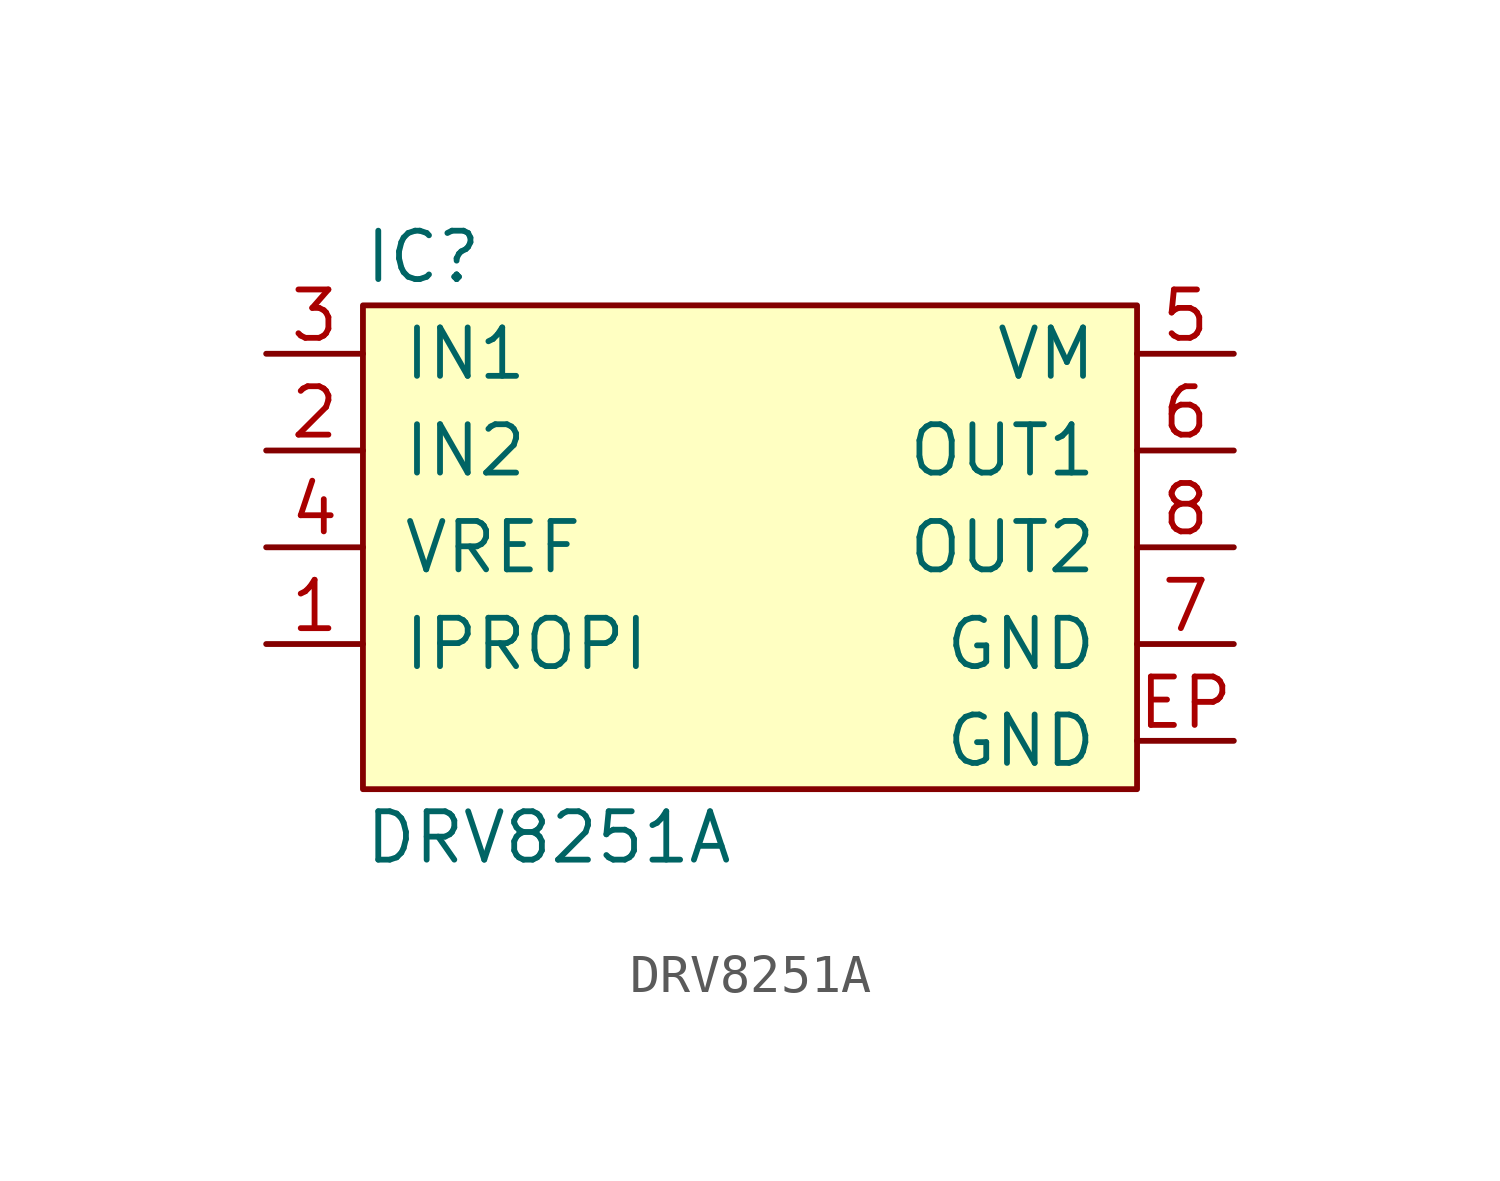
<source format=kicad_sym>
(kicad_symbol_lib
  (version 20211014)
  (generator agg_kicad.build_lib_ic)
  (symbol "DRV8251A"
    (pin_names
      (offset 1.016))
    (property Reference IC
      (at -10.16 7.62 0)
      (effects (font (size 1.27 1.27)) (justify left)))
    (property Value "DRV8251A"
      (at -10.16 -7.62 0)
      (effects (font (size 1.27 1.27)) (justify left)))
    (symbol "DRV8251A_0_0"
      (rectangle (start -10.16 6.35) (end 10.16 -6.35) (stroke (width 0) (type default) (color 0 0 0 0)) (fill (type background)))
      (pin input line (at -12.7 5.08 0) (length 2.54) (name "IN1" (effects (font (size 1.27 1.27)))) (number "3" (effects (font (size 1.27 1.27)))))
      (pin input line (at -12.7 2.54 0) (length 2.54) (name "IN2" (effects (font (size 1.27 1.27)))) (number "2" (effects (font (size 1.27 1.27)))))
      (pin input line (at -12.7 0 0) (length 2.54) (name VREF (effects (font (size 1.27 1.27)))) (number "4" (effects (font (size 1.27 1.27)))))
      (pin output line (at -12.7 -2.54 0) (length 2.54) (name IPROPI (effects (font (size 1.27 1.27)))) (number "1" (effects (font (size 1.27 1.27)))))
      (pin power_in line (at 12.7 5.08 180) (length 2.54) (name VM (effects (font (size 1.27 1.27)))) (number "5" (effects (font (size 1.27 1.27)))))
      (pin output line (at 12.7 2.54 180) (length 2.54) (name "OUT1" (effects (font (size 1.27 1.27)))) (number "6" (effects (font (size 1.27 1.27)))))
      (pin output line (at 12.7 0 180) (length 2.54) (name "OUT2" (effects (font (size 1.27 1.27)))) (number "8" (effects (font (size 1.27 1.27)))))
      (pin power_in line (at 12.7 -2.54 180) (length 2.54) (name GND (effects (font (size 1.27 1.27)))) (number "7" (effects (font (size 1.27 1.27)))))
      (pin power_in line (at 12.7 -5.08 180) (length 2.54) (name GND (effects (font (size 1.27 1.27)))) (number EP (effects (font (size 1.27 1.27))))))))
</source>
